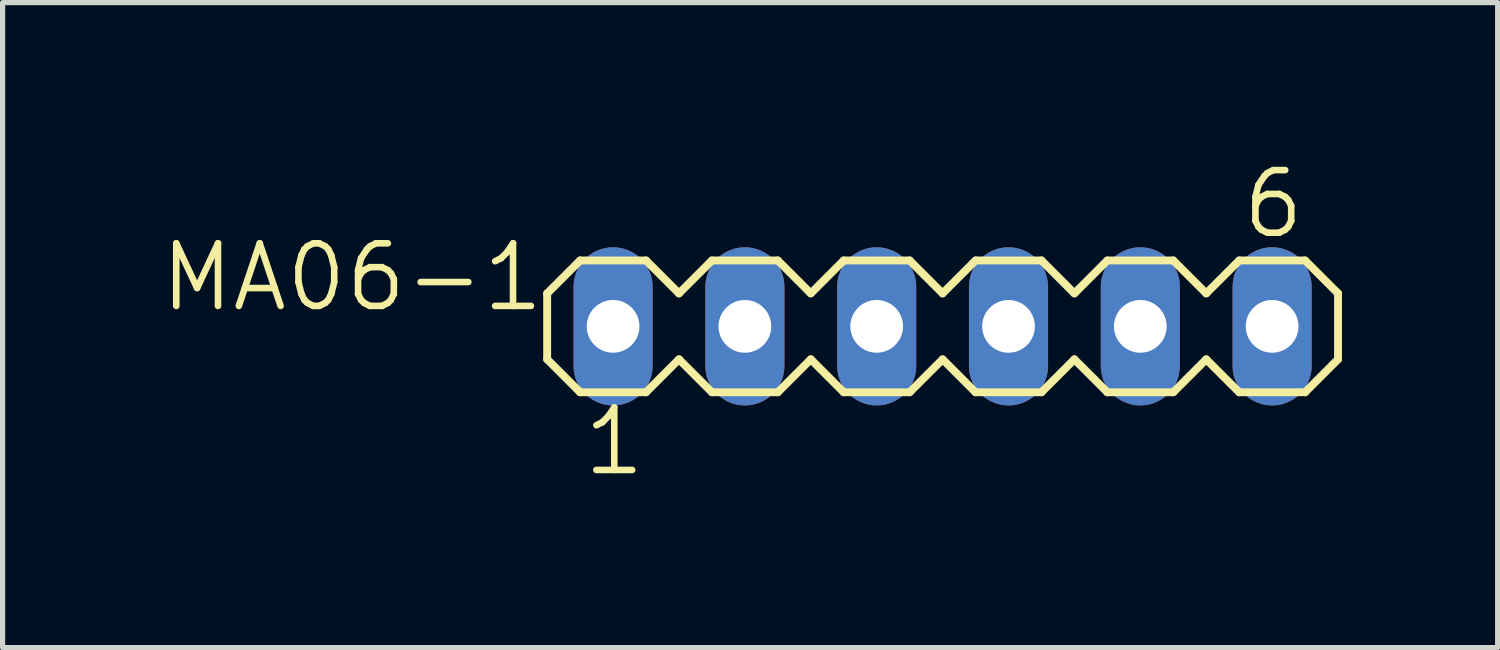
<source format=kicad_pcb>
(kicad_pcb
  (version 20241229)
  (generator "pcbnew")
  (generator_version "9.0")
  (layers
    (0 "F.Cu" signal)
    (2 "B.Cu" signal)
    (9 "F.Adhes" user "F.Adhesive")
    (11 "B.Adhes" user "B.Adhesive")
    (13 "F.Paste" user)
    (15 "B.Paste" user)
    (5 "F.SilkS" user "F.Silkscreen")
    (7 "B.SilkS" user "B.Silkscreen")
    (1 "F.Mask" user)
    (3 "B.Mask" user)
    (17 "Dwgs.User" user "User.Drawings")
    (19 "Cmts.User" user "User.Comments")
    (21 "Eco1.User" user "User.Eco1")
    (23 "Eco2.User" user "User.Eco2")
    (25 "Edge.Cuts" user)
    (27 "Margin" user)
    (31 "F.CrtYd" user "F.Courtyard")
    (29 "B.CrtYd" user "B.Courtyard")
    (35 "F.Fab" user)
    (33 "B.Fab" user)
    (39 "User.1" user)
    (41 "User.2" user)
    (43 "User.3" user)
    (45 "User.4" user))
  (footprint "MA06-1"
    (layer "F.Cu")
    (at 15.114 3.239)
    (property "Reference" "MA06-1" (at -7.62 -1.651 0) (layer "F.SilkS") (effects (font (size 1.206 1.206) (thickness 0.127)) (justify right top)))
    (attr through_hole)
    (fp_line (start -7.62 -0.635) (end -7.62 0.635) (stroke (width 0.152) (type solid)) (layer "F.SilkS"))
    (fp_line (start -7.62 0.635) (end -6.985 1.27) (stroke (width 0.152) (type solid)) (layer "F.SilkS"))
    (fp_line (start -6.985 -1.27) (end -7.62 -0.635) (stroke (width 0.152) (type solid)) (layer "F.SilkS"))
    (fp_line (start -6.985 -1.27) (end -5.715 -1.27) (stroke (width 0.152) (type solid)) (layer "F.SilkS"))
    (fp_line (start -5.715 -1.27) (end -5.08 -0.635) (stroke (width 0.152) (type solid)) (layer "F.SilkS"))
    (fp_line (start -5.715 1.27) (end -6.985 1.27) (stroke (width 0.152) (type solid)) (layer "F.SilkS"))
    (fp_line (start -5.08 -0.635) (end -4.445 -1.27) (stroke (width 0.152) (type solid)) (layer "F.SilkS"))
    (fp_line (start -5.08 0.635) (end -5.715 1.27) (stroke (width 0.152) (type solid)) (layer "F.SilkS"))
    (fp_line (start -4.445 -1.27) (end -3.175 -1.27) (stroke (width 0.152) (type solid)) (layer "F.SilkS"))
    (fp_line (start -4.445 1.27) (end -5.08 0.635) (stroke (width 0.152) (type solid)) (layer "F.SilkS"))
    (fp_line (start -3.175 -1.27) (end -2.54 -0.635) (stroke (width 0.152) (type solid)) (layer "F.SilkS"))
    (fp_line (start -3.175 1.27) (end -4.445 1.27) (stroke (width 0.152) (type solid)) (layer "F.SilkS"))
    (fp_line (start -2.54 -0.635) (end -1.905 -1.27) (stroke (width 0.152) (type solid)) (layer "F.SilkS"))
    (fp_line (start -2.54 0.635) (end -3.175 1.27) (stroke (width 0.152) (type solid)) (layer "F.SilkS"))
    (fp_line (start -1.905 -1.27) (end -0.635 -1.27) (stroke (width 0.152) (type solid)) (layer "F.SilkS"))
    (fp_line (start -1.905 1.27) (end -2.54 0.635) (stroke (width 0.152) (type solid)) (layer "F.SilkS"))
    (fp_line (start -0.635 -1.27) (end 0 -0.635) (stroke (width 0.152) (type solid)) (layer "F.SilkS"))
    (fp_line (start -0.635 1.27) (end -1.905 1.27) (stroke (width 0.152) (type solid)) (layer "F.SilkS"))
    (fp_line (start 0 0.635) (end -0.635 1.27) (stroke (width 0.152) (type solid)) (layer "F.SilkS"))
    (fp_line (start 0 0.635) (end 0.635 1.27) (stroke (width 0.152) (type solid)) (layer "F.SilkS"))
    (fp_line (start 0.635 -1.27) (end 0 -0.635) (stroke (width 0.152) (type solid)) (layer "F.SilkS"))
    (fp_line (start 0.635 -1.27) (end 1.905 -1.27) (stroke (width 0.152) (type solid)) (layer "F.SilkS"))
    (fp_line (start 1.905 -1.27) (end 2.54 -0.635) (stroke (width 0.152) (type solid)) (layer "F.SilkS"))
    (fp_line (start 1.905 1.27) (end 0.635 1.27) (stroke (width 0.152) (type solid)) (layer "F.SilkS"))
    (fp_line (start 2.54 -0.635) (end 3.175 -1.27) (stroke (width 0.152) (type solid)) (layer "F.SilkS"))
    (fp_line (start 2.54 0.635) (end 1.905 1.27) (stroke (width 0.152) (type solid)) (layer "F.SilkS"))
    (fp_line (start 3.175 -1.27) (end 4.445 -1.27) (stroke (width 0.152) (type solid)) (layer "F.SilkS"))
    (fp_line (start 3.175 1.27) (end 2.54 0.635) (stroke (width 0.152) (type solid)) (layer "F.SilkS"))
    (fp_line (start 4.445 -1.27) (end 5.08 -0.635) (stroke (width 0.152) (type solid)) (layer "F.SilkS"))
    (fp_line (start 4.445 1.27) (end 3.175 1.27) (stroke (width 0.152) (type solid)) (layer "F.SilkS"))
    (fp_line (start 5.08 -0.635) (end 5.715 -1.27) (stroke (width 0.152) (type solid)) (layer "F.SilkS"))
    (fp_line (start 5.08 0.635) (end 4.445 1.27) (stroke (width 0.152) (type solid)) (layer "F.SilkS"))
    (fp_line (start 5.715 -1.27) (end 6.985 -1.27) (stroke (width 0.152) (type solid)) (layer "F.SilkS"))
    (fp_line (start 5.715 1.27) (end 5.08 0.635) (stroke (width 0.152) (type solid)) (layer "F.SilkS"))
    (fp_line (start 6.985 -1.27) (end 7.62 -0.635) (stroke (width 0.152) (type solid)) (layer "F.SilkS"))
    (fp_line (start 6.985 1.27) (end 5.715 1.27) (stroke (width 0.152) (type solid)) (layer "F.SilkS"))
    (fp_line (start 7.62 -0.635) (end 7.62 0.635) (stroke (width 0.152) (type solid)) (layer "F.SilkS"))
    (fp_line (start 7.62 0.635) (end 6.985 1.27) (stroke (width 0.152) (type solid)) (layer "F.SilkS"))
    (fp_poly (pts (xy -6.604 0.254) (xy -6.096 0.254) (xy -6.096 -0.254) (xy -6.604 -0.254)) (stroke (width 0.1) (type solid)) (fill no) (layer "F.Fab"))
    (fp_poly (pts (xy -4.064 0.254) (xy -3.556 0.254) (xy -3.556 -0.254) (xy -4.064 -0.254)) (stroke (width 0.1) (type solid)) (fill no) (layer "F.Fab"))
    (fp_poly (pts (xy -1.524 0.254) (xy -1.016 0.254) (xy -1.016 -0.254) (xy -1.524 -0.254)) (stroke (width 0.1) (type solid)) (fill no) (layer "F.Fab"))
    (fp_poly (pts (xy 1.016 0.254) (xy 1.524 0.254) (xy 1.524 -0.254) (xy 1.016 -0.254)) (stroke (width 0.1) (type solid)) (fill no) (layer "F.Fab"))
    (fp_poly (pts (xy 3.556 0.254) (xy 4.064 0.254) (xy 4.064 -0.254) (xy 3.556 -0.254)) (stroke (width 0.1) (type solid)) (fill no) (layer "F.Fab"))
    (fp_poly (pts (xy 6.096 0.254) (xy 6.604 0.254) (xy 6.604 -0.254) (xy 6.096 -0.254)) (stroke (width 0.1) (type solid)) (fill no) (layer "F.Fab"))
    (fp_text user "1" (at -6.985 2.921 0) (layer "F.SilkS") (effects (font (size 1.206 1.206) (thickness 0.127)) (justify left bottom)))
    (fp_text user "6" (at 5.715 -1.651 0) (layer "F.SilkS") (effects (font (size 1.206 1.206) (thickness 0.127)) (justify left bottom)))
    (pad "1" thru_hole oval (at -6.35 0 90) (size 3.048 1.524) (drill 1.016) (layers "*.Cu" "*.Mask"))
    (pad "2" thru_hole oval (at -3.81 0 90) (size 3.048 1.524) (drill 1.016) (layers "*.Cu" "*.Mask"))
    (pad "3" thru_hole oval (at -1.27 0 90) (size 3.048 1.524) (drill 1.016) (layers "*.Cu" "*.Mask"))
    (pad "4" thru_hole oval (at 1.27 0 90) (size 3.048 1.524) (drill 1.016) (layers "*.Cu" "*.Mask"))
    (pad "5" thru_hole oval (at 3.81 0 90) (size 3.048 1.524) (drill 1.016) (layers "*.Cu" "*.Mask"))
    (pad "6" thru_hole oval (at 6.35 0 90) (size 3.048 1.524) (drill 1.016) (layers "*.Cu" "*.Mask")))
  (gr_rect
    (start -3 -3)
    (end 25.81 9.429)
    (stroke (width 0.1) (type default))
    (fill no)
    (layer "Edge.Cuts")))
</source>
